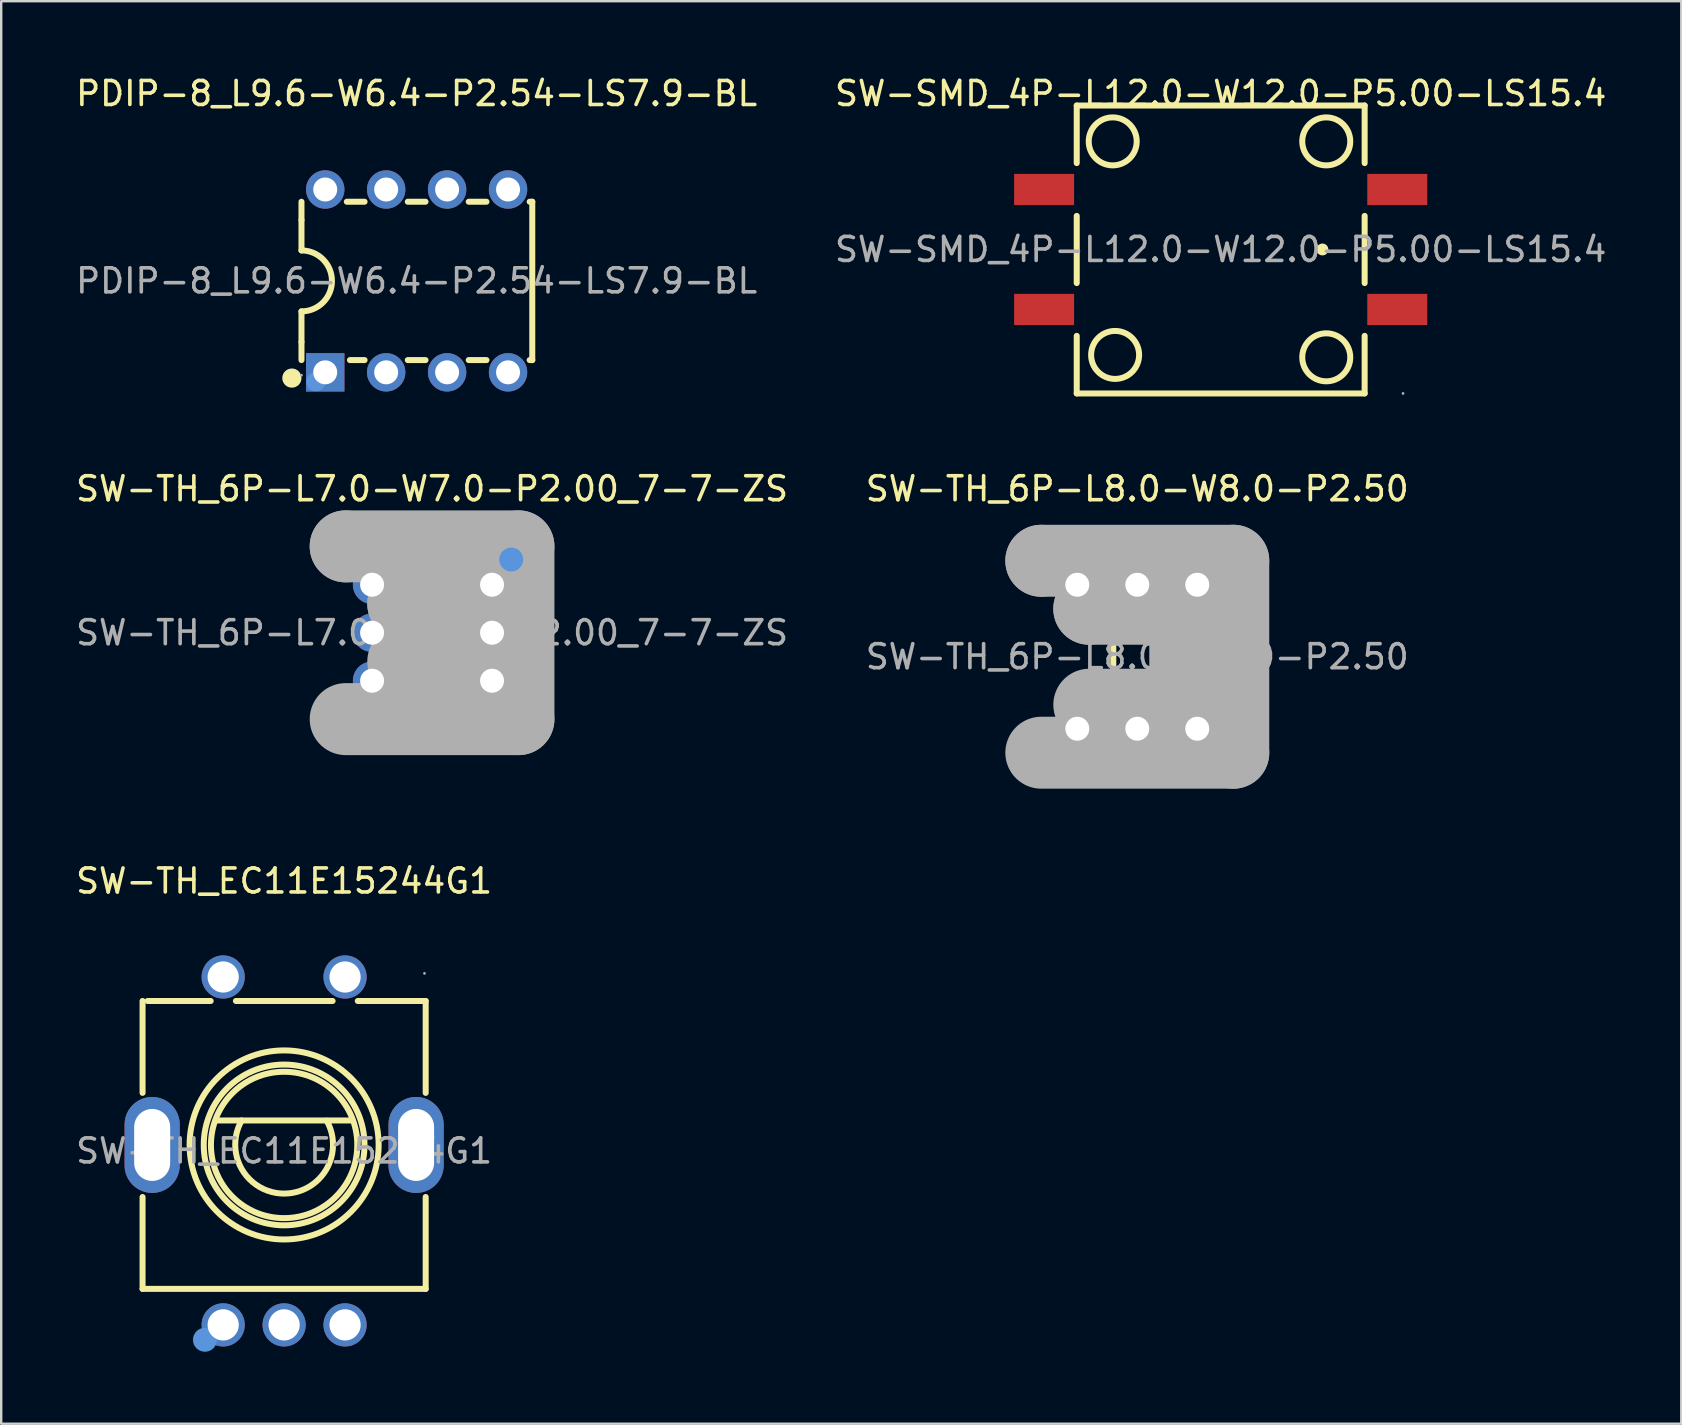
<source format=kicad_pcb>
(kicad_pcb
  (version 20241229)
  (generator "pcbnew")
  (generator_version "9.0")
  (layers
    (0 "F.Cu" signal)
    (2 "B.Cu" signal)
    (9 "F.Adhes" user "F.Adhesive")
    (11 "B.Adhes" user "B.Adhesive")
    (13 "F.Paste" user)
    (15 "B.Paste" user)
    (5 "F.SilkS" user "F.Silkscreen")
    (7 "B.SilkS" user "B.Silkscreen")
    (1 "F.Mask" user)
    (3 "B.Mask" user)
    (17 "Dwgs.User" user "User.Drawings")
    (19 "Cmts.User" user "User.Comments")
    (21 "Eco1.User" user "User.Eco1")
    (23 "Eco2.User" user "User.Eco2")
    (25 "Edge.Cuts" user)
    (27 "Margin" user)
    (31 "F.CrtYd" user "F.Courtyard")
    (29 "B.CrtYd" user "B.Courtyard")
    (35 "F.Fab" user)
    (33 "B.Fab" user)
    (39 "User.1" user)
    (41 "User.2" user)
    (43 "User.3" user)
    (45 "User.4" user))
  (footprint "SW-TH_6P-L7.0-W7.0-P2.00_7-7-ZS"
    (layer "F.Cu")
    (at 14.958 23.322)
    (property "Reference" "SW-TH_6P-L7.0-W7.0-P2.00_7-7-ZS" (at 0 -6 0) (layer "F.SilkS") (effects (font (size 1 1) (thickness 0.15))))
    (attr through_hole)
    (fp_circle (center 3.3 -3.05) (end 3.55 -3.05) (stroke (width 0.5) (type solid)) (fill no) (layer "Cmts.User"))
    (fp_line (start -3.6 -3.6) (end -3.6 -3.6) (stroke (width 3) (type solid)) (layer "F.Fab"))
    (fp_line (start -3.6 -3.6) (end 3.6 -3.6) (stroke (width 3) (type solid)) (layer "F.Fab"))
    (fp_line (start -1.2 -1.2) (end -1.2 -1.2) (stroke (width 3) (type solid)) (layer "F.Fab"))
    (fp_line (start -1.2 -1.2) (end 1.2 -1.2) (stroke (width 3) (type solid)) (layer "F.Fab"))
    (fp_line (start 1.2 -1.2) (end 1.2 1.2) (stroke (width 3) (type solid)) (layer "F.Fab"))
    (fp_line (start 1.2 1.2) (end -1.2 1.2) (stroke (width 3) (type solid)) (layer "F.Fab"))
    (fp_line (start 3.6 -3.6) (end 3.6 3.6) (stroke (width 3) (type solid)) (layer "F.Fab"))
    (fp_line (start 3.6 3.6) (end -3.6 3.6) (stroke (width 3) (type solid)) (layer "F.Fab"))
    (fp_circle (center 3.5 -3.5) (end 3.53 -3.5) (stroke (width 0.06) (type solid)) (fill no) (layer "F.Fab"))
    (fp_text user "${REFERENCE}" (at 0 0 0) (layer "F.Fab") (effects (font (size 1 1) (thickness 0.15))))
    (pad "1" thru_hole rect (at 2.5 -2 90) (size 1.6 1.6) (drill 1) (layers "*.Cu" "*.Mask"))
    (pad "2" thru_hole circle (at 2.5 0 90) (size 1.6 1.6) (drill 1) (layers "*.Cu" "*.Mask"))
    (pad "3" thru_hole circle (at 2.5 2 90) (size 1.6 1.6) (drill 1) (layers "*.Cu" "*.Mask"))
    (pad "4" thru_hole circle (at -2.5 -2 90) (size 1.6 1.6) (drill 1) (layers "*.Cu" "*.Mask"))
    (pad "5" thru_hole circle (at -2.5 0 90) (size 1.6 1.6) (drill 1) (layers "*.Cu" "*.Mask"))
    (pad "6" thru_hole circle (at -2.5 2 90) (size 1.6 1.6) (drill 1) (layers "*.Cu" "*.Mask")))
  (footprint "SW-TH_EC11E15244G1"
    (layer "F.Cu")
    (at 8.792 44.92)
    (property "Reference" "SW-TH_EC11E15244G1" (at 0 -11.25 0) (layer "F.SilkS") (effects (font (size 1 1) (thickness 0.15))))
    (attr through_hole)
    (fp_line (start -5.9 -2.42) (end -5.9 -6.25) (stroke (width 0.25) (type solid)) (layer "F.SilkS"))
    (fp_line (start -5.9 5.75) (end -5.9 1.92) (stroke (width 0.25) (type solid)) (layer "F.SilkS"))
    (fp_line (start -5.69 -6.25) (end -3.06 -6.25) (stroke (width 0.25) (type solid)) (layer "F.SilkS"))
    (fp_line (start -2.79 -1.27) (end 2.8 -1.27) (stroke (width 0.25) (type solid)) (layer "F.SilkS"))
    (fp_line (start -2.01 -6.25) (end 2.02 -6.25) (stroke (width 0.25) (type solid)) (layer "F.SilkS"))
    (fp_line (start 3.07 -6.25) (end 5.9 -6.25) (stroke (width 0.25) (type solid)) (layer "F.SilkS"))
    (fp_line (start 5.9 -6.25) (end 5.9 -2.42) (stroke (width 0.25) (type solid)) (layer "F.SilkS"))
    (fp_line (start 5.9 1.92) (end 5.9 5.75) (stroke (width 0.25) (type solid)) (layer "F.SilkS"))
    (fp_line (start 5.9 5.75) (end -5.9 5.75) (stroke (width 0.25) (type solid)) (layer "F.SilkS"))
    (fp_arc (start 1.776311 -1.258858) (mid -0.006403 1.777881) (end -1.77 -1.27) (stroke (width 0.25) (type solid)) (layer "F.SilkS"))
    (fp_circle (center 0 -0.25) (end 3.05 -0.25) (stroke (width 0.25) (type solid)) (fill no) (layer "F.SilkS"))
    (fp_circle (center 0 -0.25) (end 3.35 -0.25) (stroke (width 0.25) (type solid)) (fill no) (layer "F.SilkS"))
    (fp_circle (center 0 -0.25) (end 3.94 -0.25) (stroke (width 0.25) (type solid)) (fill no) (layer "F.SilkS"))
    (fp_circle (center -3.3 7.87) (end -3.05 7.87) (stroke (width 0.5) (type solid)) (fill no) (layer "Cmts.User"))
    (fp_circle (center 5.85 -7.4) (end 5.88 -7.4) (stroke (width 0.06) (type solid)) (fill no) (layer "F.Fab"))
    (fp_text user "${REFERENCE}" (at 0 0 0) (layer "F.Fab") (effects (font (size 1 1) (thickness 0.15))))
    (pad "6" thru_hole oval (at 5.5 -0.25 90) (size 4 2.3) (drill oval 3 1.5) (layers "*.Cu" "*.Mask"))
    (pad "7" thru_hole oval (at -5.5 -0.25 90) (size 4 2.3) (drill oval 3 1.5) (layers "*.Cu" "*.Mask"))
    (pad "A" thru_hole circle (at -2.54 7.25) (size 1.8 1.8) (drill 1.3) (layers "*.Cu" "*.Mask"))
    (pad "B" thru_hole circle (at 2.54 7.25) (size 1.8 1.8) (drill 1.3) (layers "*.Cu" "*.Mask"))
    (pad "C" thru_hole circle (at 0 7.25) (size 1.8 1.8) (drill 1.3) (layers "*.Cu" "*.Mask"))
    (pad "D" thru_hole circle (at -2.54 -7.25) (size 1.8 1.8) (drill 1.3) (layers "*.Cu" "*.Mask"))
    (pad "E" thru_hole circle (at 2.54 -7.25) (size 1.8 1.8) (drill 1.3) (layers "*.Cu" "*.Mask")))
  (footprint "SW-TH_6P-L8.0-W8.0-P2.50"
    (layer "F.Cu")
    (at 44.351 24.322)
    (property "Reference" "SW-TH_6P-L8.0-W8.0-P2.50" (at 0 -7 0) (layer "F.SilkS") (effects (font (size 1 1) (thickness 0.15))))
    (attr through_hole)
    (fp_line (start -1 -2) (end -1 2) (stroke (width 0.25) (type solid)) (layer "F.SilkS"))
    (fp_line (start -1 -1.25) (end 1 -1.25) (stroke (width 0.25) (type solid)) (layer "F.SilkS"))
    (fp_line (start -1 1.25) (end 1 1.25) (stroke (width 0.25) (type solid)) (layer "F.SilkS"))
    (fp_line (start 1 -2) (end 1 2) (stroke (width 0.25) (type solid)) (layer "F.SilkS"))
    (fp_line (start -4 -4) (end -4 -4) (stroke (width 3) (type solid)) (layer "F.Fab"))
    (fp_line (start -4 -4) (end 4 -4) (stroke (width 3) (type solid)) (layer "F.Fab"))
    (fp_line (start -2 -2) (end -2 -2) (stroke (width 3) (type solid)) (layer "F.Fab"))
    (fp_line (start -2 -2) (end 2 -2) (stroke (width 3) (type solid)) (layer "F.Fab"))
    (fp_line (start 2 -2) (end 2 2) (stroke (width 3) (type solid)) (layer "F.Fab"))
    (fp_line (start 2 2) (end -2 2) (stroke (width 3) (type solid)) (layer "F.Fab"))
    (fp_line (start 4 -4) (end 4 4) (stroke (width 3) (type solid)) (layer "F.Fab"))
    (fp_line (start 4 4) (end -4 4) (stroke (width 3) (type solid)) (layer "F.Fab"))
    (fp_circle (center -4 4) (end -3.97 4) (stroke (width 0.06) (type solid)) (fill no) (layer "F.Fab"))
    (fp_text user "${REFERENCE}" (at 0 0 0) (layer "F.Fab") (effects (font (size 1 1) (thickness 0.15))))
    (pad "1" thru_hole rect (at -2.5 3) (size 1.52 1.52) (drill 1) (layers "*.Cu" "*.Mask"))
    (pad "2" thru_hole circle (at 0 3) (size 1.52 1.52) (drill 1) (layers "*.Cu" "*.Mask"))
    (pad "3" thru_hole circle (at 2.5 3) (size 1.52 1.52) (drill 1) (layers "*.Cu" "*.Mask"))
    (pad "4" thru_hole circle (at -2.5 -3) (size 1.52 1.52) (drill 1) (layers "*.Cu" "*.Mask"))
    (pad "5" thru_hole circle (at 0 -3) (size 1.52 1.52) (drill 1) (layers "*.Cu" "*.Mask"))
    (pad "6" thru_hole circle (at 2.5 -3) (size 1.52 1.52) (drill 1) (layers "*.Cu" "*.Mask")))
  (footprint "PDIP-8_L9.6-W6.4-P2.54-LS7.9-BL"
    (layer "F.Cu")
    (at 14.315 8.658)
    (property "Reference" "PDIP-8_L9.6-W6.4-P2.54-LS7.9-BL" (at 0 -7.81 0) (layer "F.SilkS") (effects (font (size 1 1) (thickness 0.15))))
    (attr smd)
    (fp_line (start -4.8 -2.54) (end -4.8 -3.3) (stroke (width 0.25) (type solid)) (layer "F.SilkS"))
    (fp_line (start -4.8 -1.27) (end -4.8 -2.54) (stroke (width 0.25) (type solid)) (layer "F.SilkS"))
    (fp_line (start -4.8 2.54) (end -4.8 1.27) (stroke (width 0.25) (type solid)) (layer "F.SilkS"))
    (fp_line (start -4.8 3.3) (end -4.8 2.54) (stroke (width 0.25) (type solid)) (layer "F.SilkS"))
    (fp_line (start -2.91 -3.3) (end -2.17 -3.3) (stroke (width 0.25) (type solid)) (layer "F.SilkS"))
    (fp_line (start -2.17 3.3) (end -2.78 3.3) (stroke (width 0.25) (type solid)) (layer "F.SilkS"))
    (fp_line (start -0.37 -3.3) (end 0.37 -3.3) (stroke (width 0.25) (type solid)) (layer "F.SilkS"))
    (fp_line (start 0.37 3.3) (end -0.37 3.3) (stroke (width 0.25) (type solid)) (layer "F.SilkS"))
    (fp_line (start 2.17 -3.3) (end 2.91 -3.3) (stroke (width 0.25) (type solid)) (layer "F.SilkS"))
    (fp_line (start 2.91 3.3) (end 2.17 3.3) (stroke (width 0.25) (type solid)) (layer "F.SilkS"))
    (fp_line (start 4.71 -3.3) (end 4.82 -3.3) (stroke (width 0.25) (type solid)) (layer "F.SilkS"))
    (fp_line (start 4.82 -3.3) (end 4.82 3.3) (stroke (width 0.25) (type solid)) (layer "F.SilkS"))
    (fp_line (start 4.82 3.3) (end 4.71 3.3) (stroke (width 0.25) (type solid)) (layer "F.SilkS"))
    (fp_arc (start -4.8 -1.27) (mid -3.53 0) (end -4.8 1.27) (stroke (width 0.25) (type solid)) (layer "F.SilkS"))
    (fp_circle (center -5.2 4.05) (end -5 4.05) (stroke (width 0.4) (type solid)) (fill no) (layer "F.SilkS"))
    (fp_circle (center -4.2 4.2) (end -4 4.2) (stroke (width 0.4) (type solid)) (fill no) (layer "Cmts.User"))
    (fp_circle (center -4.8 3.93) (end -4.77 3.93) (stroke (width 0.06) (type solid)) (fill no) (layer "F.Fab"))
    (fp_text user "${REFERENCE}" (at 0 0 0) (layer "F.Fab") (effects (font (size 1 1) (thickness 0.15))))
    (pad "1" thru_hole rect (at -3.81 3.81) (size 1.6 1.6) (drill 1) (layers "*.Cu" "*.Mask"))
    (pad "2" thru_hole circle (at -1.27 3.81) (size 1.6 1.6) (drill 1) (layers "*.Cu" "*.Mask"))
    (pad "3" thru_hole circle (at 1.27 3.81) (size 1.6 1.6) (drill 1) (layers "*.Cu" "*.Mask"))
    (pad "4" thru_hole circle (at 3.81 3.81) (size 1.6 1.6) (drill 1) (layers "*.Cu" "*.Mask"))
    (pad "5" thru_hole circle (at 3.81 -3.81) (size 1.6 1.6) (drill 1) (layers "*.Cu" "*.Mask"))
    (pad "6" thru_hole circle (at 1.27 -3.81) (size 1.6 1.6) (drill 1) (layers "*.Cu" "*.Mask"))
    (pad "7" thru_hole circle (at -1.27 -3.81) (size 1.6 1.6) (drill 1) (layers "*.Cu" "*.Mask"))
    (pad "8" thru_hole circle (at -3.81 -3.81) (size 1.6 1.6) (drill 1) (layers "*.Cu" "*.Mask")))
  (footprint "SW-SMD_4P-L12.0-W12.0-P5.00-LS15.4"
    (layer "F.Cu")
    (at 47.827 7.348)
    (property "Reference" "SW-SMD_4P-L12.0-W12.0-P5.00-LS15.4" (at 0 -6.5 0) (layer "F.SilkS") (effects (font (size 1 1) (thickness 0.15))))
    (attr smd)
    (fp_line (start -6 -6) (end 6 -6) (stroke (width 0.25) (type solid)) (layer "F.SilkS"))
    (fp_line (start -6 -3.6) (end -6 -6) (stroke (width 0.25) (type solid)) (layer "F.SilkS"))
    (fp_line (start -6 -1.4) (end -6 1.4) (stroke (width 0.25) (type solid)) (layer "F.SilkS"))
    (fp_line (start -6 3.6) (end -6 6) (stroke (width 0.25) (type solid)) (layer "F.SilkS"))
    (fp_line (start -6 6) (end 6 6) (stroke (width 0.25) (type solid)) (layer "F.SilkS"))
    (fp_line (start 6 -6) (end 6 -3.6) (stroke (width 0.25) (type solid)) (layer "F.SilkS"))
    (fp_line (start 6 -1.4) (end 6 1.4) (stroke (width 0.25) (type solid)) (layer "F.SilkS"))
    (fp_line (start 6 6) (end 6 3.6) (stroke (width 0.25) (type solid)) (layer "F.SilkS"))
    (fp_arc (start -3.500049 -4.500052) (mid -5.499988 -4.514974) (end -3.5 -4.51) (stroke (width 0.25) (type solid)) (layer "F.SilkS"))
    (fp_arc (start -3.400049 4.399948) (mid -5.399988 4.385026) (end -3.4 4.39) (stroke (width 0.25) (type solid)) (layer "F.SilkS"))
    (fp_arc (start 4.24 0) (mid 4.24 0) (end 4.24 0) (stroke (width 0.25) (type solid)) (layer "F.SilkS"))
    (fp_arc (start 5.399951 -4.500052) (mid 3.400012 -4.514974) (end 5.4 -4.51) (stroke (width 0.25) (type solid)) (layer "F.SilkS"))
    (fp_arc (start 5.399951 4.499948) (mid 3.400012 4.485026) (end 5.4 4.49) (stroke (width 0.25) (type solid)) (layer "F.SilkS"))
    (fp_circle (center 7.6 6) (end 7.63 6) (stroke (width 0.06) (type solid)) (fill no) (layer "F.Fab"))
    (fp_text user "${REFERENCE}" (at 0 0 0) (layer "F.Fab") (effects (font (size 1 1) (thickness 0.15))))
    (pad "1" smd rect (at 7.36 2.5) (size 2.5 1.3) (layers "F.Cu" "F.Mask" "F.Paste"))
    (pad "2" smd rect (at -7.36 2.5) (size 2.5 1.3) (layers "F.Cu" "F.Mask" "F.Paste"))
    (pad "3" smd rect (at 7.36 -2.5) (size 2.5 1.3) (layers "F.Cu" "F.Mask" "F.Paste"))
    (pad "4" smd rect (at -7.36 -2.5) (size 2.5 1.3) (layers "F.Cu" "F.Mask" "F.Paste")))
  (gr_rect
    (start -3 -3)
    (end 67.024 56.29)
    (stroke (width 0.1) (type default))
    (fill no)
    (layer "Edge.Cuts")))
</source>
